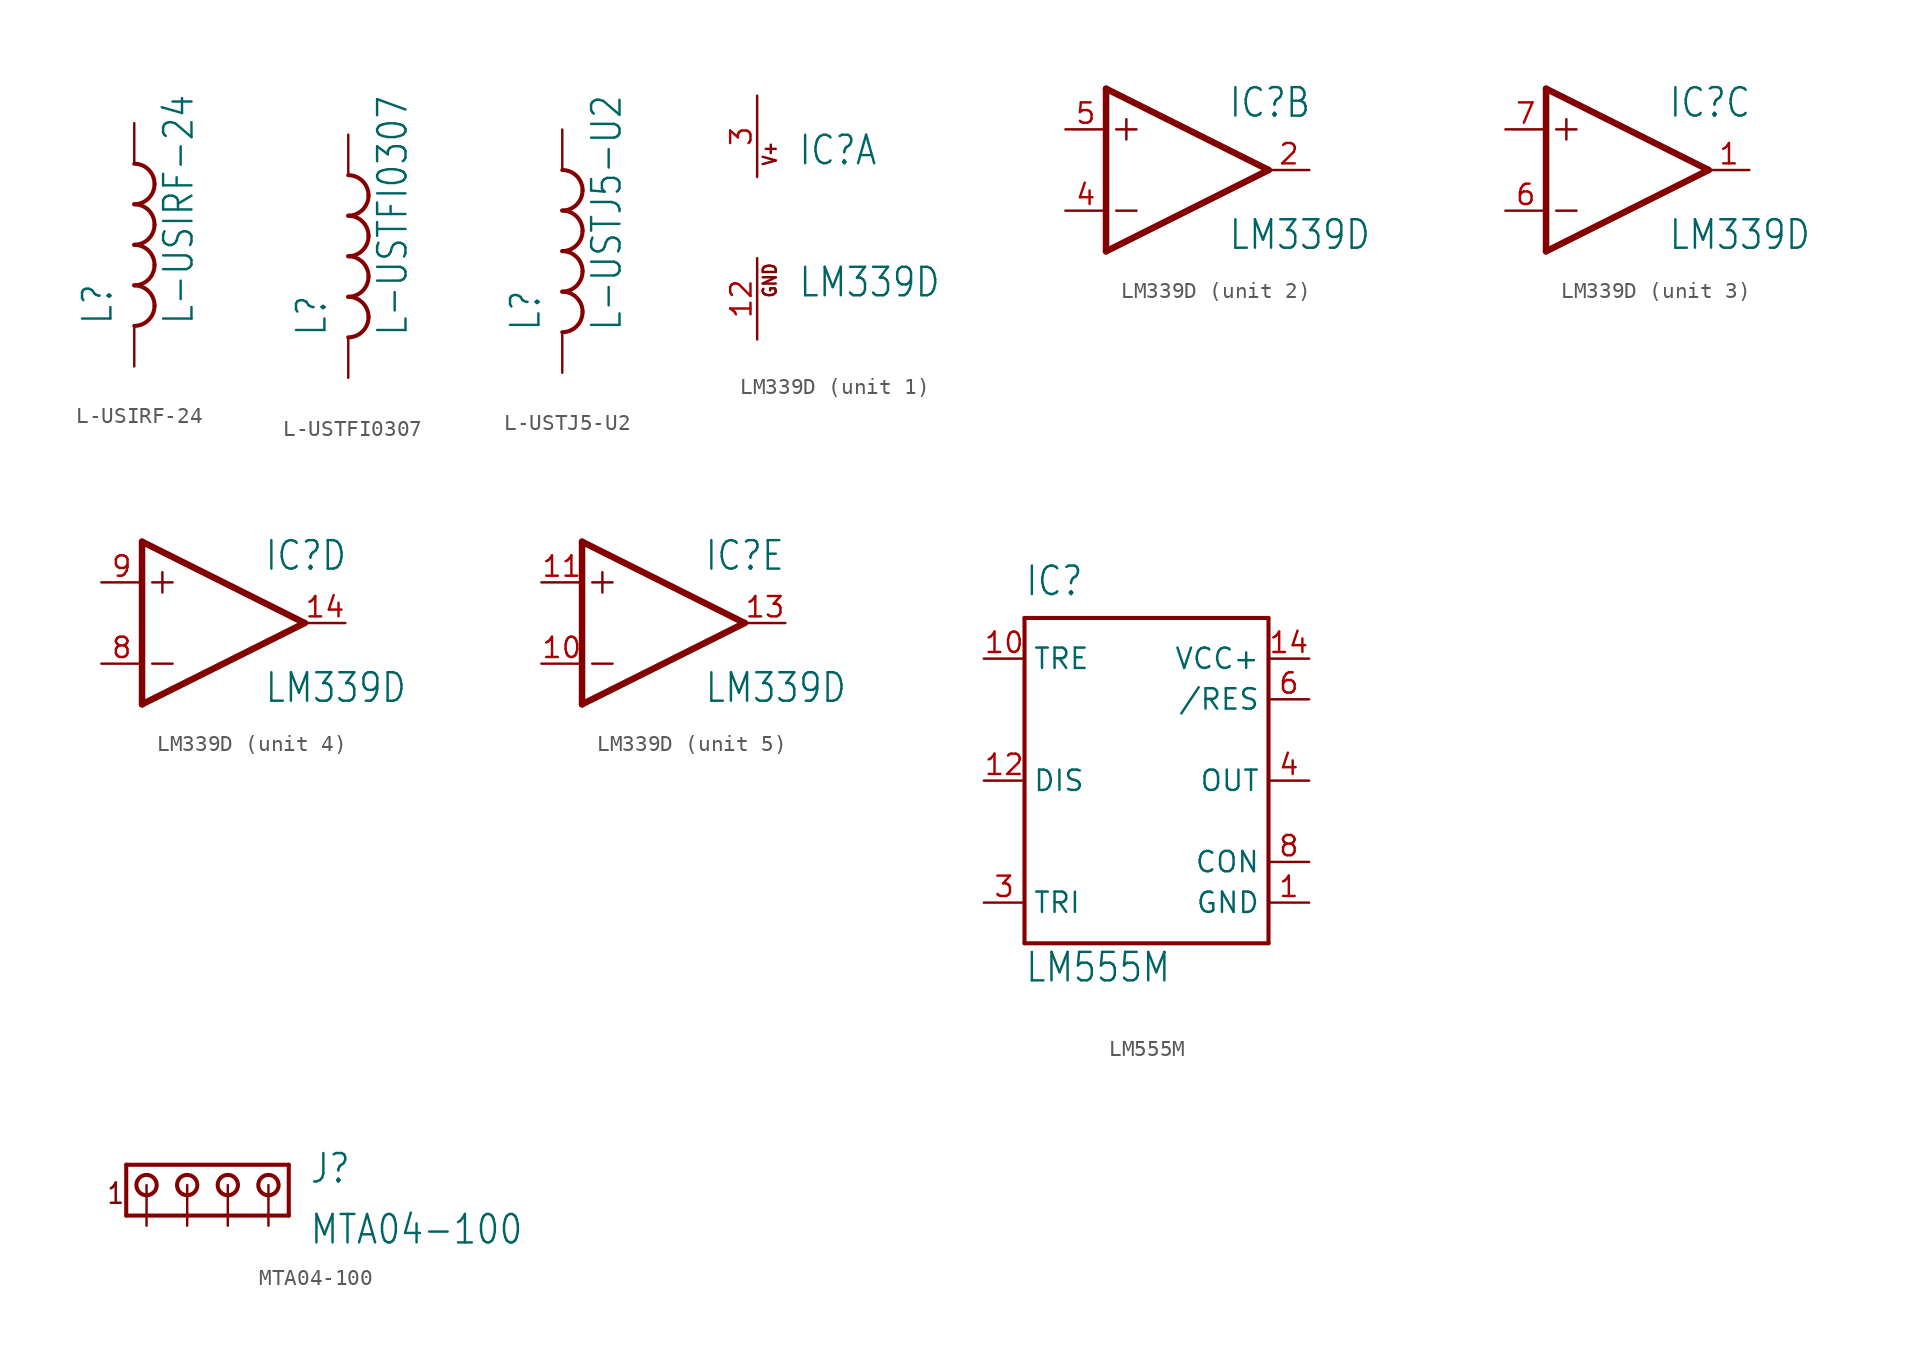
<source format=kicad_sym>
(kicad_symbol_lib
  (version 20220914)
  (generator kicad_symbol_editor)
  (symbol "L-USIRF-24"
    (property "Reference" "L"
      (at -1.27 -5.08 90)
      (effects (font (size 1.778 1.511)) (justify left bottom)))
    (property "Value" "L-USIRF-24"
      (at 3.81 -5.08 90)
      (effects (font (size 1.778 1.511)) (justify left bottom)))
    (property "ki_locked" ""
      (at 0 0 0)
      (effects (font (size 1.27 1.27))))
    (symbol "L-USIRF-24_1_0"
      (arc (start 0 -5.08) (mid 0.898 -4.708) (end 1.27 -3.81) (stroke (width 0.254) (type default)) (fill (type none)))
      (arc (start 0 -2.54) (mid 0.898 -2.168) (end 1.27 -1.27) (stroke (width 0.254) (type default)) (fill (type none)))
      (arc (start 0 0) (mid 0.898 0.372) (end 1.27 1.27) (stroke (width 0.254) (type default)) (fill (type none)))
      (arc (start 0 2.54) (mid 0.898 2.912) (end 1.27 3.81) (stroke (width 0.254) (type default)) (fill (type none)))
      (arc (start 1.27 -3.81) (mid 0.898 -2.912) (end 0 -2.54) (stroke (width 0.254) (type default)) (fill (type none)))
      (arc (start 1.27 -1.27) (mid 0.898 -0.372) (end 0 0) (stroke (width 0.254) (type default)) (fill (type none)))
      (arc (start 1.27 1.27) (mid 0.898 2.168) (end 0 2.54) (stroke (width 0.254) (type default)) (fill (type none)))
      (arc (start 1.27 3.81) (mid 0.898 4.708) (end 0 5.08) (stroke (width 0.254) (type default)) (fill (type none)))
      (pin passive line (at 0 7.62 270) (length 2.54) (name "1" (effects (font (size 0 0)))) (number "1" (effects (font (size 0 0)))))
      (pin passive line (at 0 -7.62 90) (length 2.54) (name "2" (effects (font (size 0 0)))) (number "2" (effects (font (size 0 0)))))))
  (symbol "L-USTFI0307"
    (property "Reference" "L"
      (at -1.27 -5.08 90)
      (effects (font (size 1.778 1.511)) (justify left bottom)))
    (property "Value" "L-USTFI0307"
      (at 3.81 -5.08 90)
      (effects (font (size 1.778 1.511)) (justify left bottom)))
    (property "ki_locked" ""
      (at 0 0 0)
      (effects (font (size 1.27 1.27))))
    (symbol "L-USTFI0307_1_0"
      (arc (start 0 -5.08) (mid 0.898 -4.708) (end 1.27 -3.81) (stroke (width 0.254) (type default)) (fill (type none)))
      (arc (start 0 -2.54) (mid 0.898 -2.168) (end 1.27 -1.27) (stroke (width 0.254) (type default)) (fill (type none)))
      (arc (start 0 0) (mid 0.898 0.372) (end 1.27 1.27) (stroke (width 0.254) (type default)) (fill (type none)))
      (arc (start 0 2.54) (mid 0.898 2.912) (end 1.27 3.81) (stroke (width 0.254) (type default)) (fill (type none)))
      (arc (start 1.27 -3.81) (mid 0.898 -2.912) (end 0 -2.54) (stroke (width 0.254) (type default)) (fill (type none)))
      (arc (start 1.27 -1.27) (mid 0.898 -0.372) (end 0 0) (stroke (width 0.254) (type default)) (fill (type none)))
      (arc (start 1.27 1.27) (mid 0.898 2.168) (end 0 2.54) (stroke (width 0.254) (type default)) (fill (type none)))
      (arc (start 1.27 3.81) (mid 0.898 4.708) (end 0 5.08) (stroke (width 0.254) (type default)) (fill (type none)))
      (pin passive line (at 0 7.62 270) (length 2.54) (name "1" (effects (font (size 0 0)))) (number "1" (effects (font (size 0 0)))))
      (pin passive line (at 0 -7.62 90) (length 2.54) (name "2" (effects (font (size 0 0)))) (number "2" (effects (font (size 0 0)))))))
  (symbol "L-USTJ5-U2"
    (property "Reference" "L"
      (at -1.27 -5.08 90)
      (effects (font (size 1.778 1.511)) (justify left bottom)))
    (property "Value" "L-USTJ5-U2"
      (at 3.81 -5.08 90)
      (effects (font (size 1.778 1.511)) (justify left bottom)))
    (property "ki_locked" ""
      (at 0 0 0)
      (effects (font (size 1.27 1.27))))
    (symbol "L-USTJ5-U2_1_0"
      (arc (start 0 -5.08) (mid 0.898 -4.708) (end 1.27 -3.81) (stroke (width 0.254) (type default)) (fill (type none)))
      (arc (start 0 -2.54) (mid 0.898 -2.168) (end 1.27 -1.27) (stroke (width 0.254) (type default)) (fill (type none)))
      (arc (start 0 0) (mid 0.898 0.372) (end 1.27 1.27) (stroke (width 0.254) (type default)) (fill (type none)))
      (arc (start 0 2.54) (mid 0.898 2.912) (end 1.27 3.81) (stroke (width 0.254) (type default)) (fill (type none)))
      (arc (start 1.27 -3.81) (mid 0.898 -2.912) (end 0 -2.54) (stroke (width 0.254) (type default)) (fill (type none)))
      (arc (start 1.27 -1.27) (mid 0.898 -0.372) (end 0 0) (stroke (width 0.254) (type default)) (fill (type none)))
      (arc (start 1.27 1.27) (mid 0.898 2.168) (end 0 2.54) (stroke (width 0.254) (type default)) (fill (type none)))
      (arc (start 1.27 3.81) (mid 0.898 4.708) (end 0 5.08) (stroke (width 0.254) (type default)) (fill (type none)))
      (pin passive line (at 0 7.62 270) (length 2.54) (name "1" (effects (font (size 0 0)))) (number "1" (effects (font (size 0 0)))))
      (pin passive line (at 0 -7.62 90) (length 2.54) (name "2" (effects (font (size 0 0)))) (number "2" (effects (font (size 0 0)))))))
  (symbol "LM339D"
    (property "Reference" "IC"
      (at 2.54 3.175 0)
      (effects (font (size 1.778 1.511)) (justify left bottom)))
    (property "Value" "LM339D"
      (at 2.54 -5.08 0)
      (effects (font (size 1.778 1.511)) (justify left bottom)))
    (property "ki_locked" ""
      (at 0 0 0)
      (effects (font (size 1.27 1.27))))
    (symbol "LM339D_1_0"
      (text "GND" (at 1.27 -5.08 900) (effects (font (size 0.813 0.691)) (justify left bottom)))
      (text "V+" (at 1.27 3.175 900) (effects (font (size 0.813 0.691)) (justify left bottom)))
      (pin power_in line (at 0 -7.62 90) (length 5.08) (name "GND" (effects (font (size 0 0)))) (number "12" (effects (font (size 1.27 1.27)))))
      (pin power_in line (at 0 7.62 270) (length 5.08) (name "V+" (effects (font (size 0 0)))) (number "3" (effects (font (size 1.27 1.27))))))
    (symbol "LM339D_2_0"
      (polyline (pts (xy -5.08 -5.08) (xy 5.08 0)) (stroke (width 0.406) (type default)) (fill (type none)))
      (polyline (pts (xy -5.08 5.08) (xy -5.08 -5.08)) (stroke (width 0.406) (type default)) (fill (type none)))
      (polyline (pts (xy -4.445 -2.54) (xy -3.175 -2.54)) (stroke (width 0.152) (type default)) (fill (type none)))
      (polyline (pts (xy -4.445 2.54) (xy -3.175 2.54)) (stroke (width 0.152) (type default)) (fill (type none)))
      (polyline (pts (xy -3.81 3.175) (xy -3.81 1.905)) (stroke (width 0.152) (type default)) (fill (type none)))
      (polyline (pts (xy 5.08 0) (xy -5.08 5.08)) (stroke (width 0.406) (type default)) (fill (type none)))
      (pin open_collector line (at 7.62 0 180) (length 2.54) (name "OUT" (effects (font (size 0 0)))) (number "2" (effects (font (size 1.27 1.27)))))
      (pin input line (at -7.62 -2.54 0) (length 2.54) (name "-IN" (effects (font (size 0 0)))) (number "4" (effects (font (size 1.27 1.27)))))
      (pin input line (at -7.62 2.54 0) (length 2.54) (name "+IN" (effects (font (size 0 0)))) (number "5" (effects (font (size 1.27 1.27))))))
    (symbol "LM339D_3_0"
      (polyline (pts (xy -5.08 -5.08) (xy 5.08 0)) (stroke (width 0.406) (type default)) (fill (type none)))
      (polyline (pts (xy -5.08 5.08) (xy -5.08 -5.08)) (stroke (width 0.406) (type default)) (fill (type none)))
      (polyline (pts (xy -4.445 -2.54) (xy -3.175 -2.54)) (stroke (width 0.152) (type default)) (fill (type none)))
      (polyline (pts (xy -4.445 2.54) (xy -3.175 2.54)) (stroke (width 0.152) (type default)) (fill (type none)))
      (polyline (pts (xy -3.81 3.175) (xy -3.81 1.905)) (stroke (width 0.152) (type default)) (fill (type none)))
      (polyline (pts (xy 5.08 0) (xy -5.08 5.08)) (stroke (width 0.406) (type default)) (fill (type none)))
      (pin open_collector line (at 7.62 0 180) (length 2.54) (name "OUT" (effects (font (size 0 0)))) (number "1" (effects (font (size 1.27 1.27)))))
      (pin input line (at -7.62 -2.54 0) (length 2.54) (name "-IN" (effects (font (size 0 0)))) (number "6" (effects (font (size 1.27 1.27)))))
      (pin input line (at -7.62 2.54 0) (length 2.54) (name "+IN" (effects (font (size 0 0)))) (number "7" (effects (font (size 1.27 1.27))))))
    (symbol "LM339D_4_0"
      (polyline (pts (xy -5.08 -5.08) (xy 5.08 0)) (stroke (width 0.406) (type default)) (fill (type none)))
      (polyline (pts (xy -5.08 5.08) (xy -5.08 -5.08)) (stroke (width 0.406) (type default)) (fill (type none)))
      (polyline (pts (xy -4.445 -2.54) (xy -3.175 -2.54)) (stroke (width 0.152) (type default)) (fill (type none)))
      (polyline (pts (xy -4.445 2.54) (xy -3.175 2.54)) (stroke (width 0.152) (type default)) (fill (type none)))
      (polyline (pts (xy -3.81 3.175) (xy -3.81 1.905)) (stroke (width 0.152) (type default)) (fill (type none)))
      (polyline (pts (xy 5.08 0) (xy -5.08 5.08)) (stroke (width 0.406) (type default)) (fill (type none)))
      (pin open_collector line (at 7.62 0 180) (length 2.54) (name "OUT" (effects (font (size 0 0)))) (number "14" (effects (font (size 1.27 1.27)))))
      (pin input line (at -7.62 -2.54 0) (length 2.54) (name "-IN" (effects (font (size 0 0)))) (number "8" (effects (font (size 1.27 1.27)))))
      (pin input line (at -7.62 2.54 0) (length 2.54) (name "+IN" (effects (font (size 0 0)))) (number "9" (effects (font (size 1.27 1.27))))))
    (symbol "LM339D_5_0"
      (polyline (pts (xy -5.08 -5.08) (xy 5.08 0)) (stroke (width 0.406) (type default)) (fill (type none)))
      (polyline (pts (xy -5.08 5.08) (xy -5.08 -5.08)) (stroke (width 0.406) (type default)) (fill (type none)))
      (polyline (pts (xy -4.445 -2.54) (xy -3.175 -2.54)) (stroke (width 0.152) (type default)) (fill (type none)))
      (polyline (pts (xy -4.445 2.54) (xy -3.175 2.54)) (stroke (width 0.152) (type default)) (fill (type none)))
      (polyline (pts (xy -3.81 3.175) (xy -3.81 1.905)) (stroke (width 0.152) (type default)) (fill (type none)))
      (polyline (pts (xy 5.08 0) (xy -5.08 5.08)) (stroke (width 0.406) (type default)) (fill (type none)))
      (pin input line (at -7.62 -2.54 0) (length 2.54) (name "-IN" (effects (font (size 0 0)))) (number "10" (effects (font (size 1.27 1.27)))))
      (pin input line (at -7.62 2.54 0) (length 2.54) (name "+IN" (effects (font (size 0 0)))) (number "11" (effects (font (size 1.27 1.27)))))
      (pin open_collector line (at 7.62 0 180) (length 2.54) (name "OUT" (effects (font (size 0 0)))) (number "13" (effects (font (size 1.27 1.27)))))))
  (symbol "LM555M"
    (property "Reference" "IC"
      (at -7.62 11.43 0)
      (effects (font (size 1.778 1.511)) (justify left bottom)))
    (property "Value" "LM555M"
      (at -7.62 -12.7 0)
      (effects (font (size 1.778 1.511)) (justify left bottom)))
    (symbol "LM555M_1_0"
      (polyline (pts (xy -7.62 -10.16) (xy 7.62 -10.16)) (stroke (width 0.254) (type default)) (fill (type none)))
      (polyline (pts (xy -7.62 10.16) (xy -7.62 -10.16)) (stroke (width 0.254) (type default)) (fill (type none)))
      (polyline (pts (xy 7.62 -10.16) (xy 7.62 10.16)) (stroke (width 0.254) (type default)) (fill (type none)))
      (polyline (pts (xy 7.62 10.16) (xy -7.62 10.16)) (stroke (width 0.254) (type default)) (fill (type none)))
      (pin power_in line (at 10.16 -7.62 180) (length 2.54) (name "GND" (effects (font (size 1.27 1.27)))) (number "1" (effects (font (size 1.27 1.27)))))
      (pin input line (at -10.16 7.62 0) (length 2.54) (name "TRE" (effects (font (size 1.27 1.27)))) (number "10" (effects (font (size 1.27 1.27)))))
      (pin input line (at -10.16 0 0) (length 2.54) (name "DIS" (effects (font (size 1.27 1.27)))) (number "12" (effects (font (size 1.27 1.27)))))
      (pin power_in line (at 10.16 7.62 180) (length 2.54) (name "VCC+" (effects (font (size 1.27 1.27)))) (number "14" (effects (font (size 1.27 1.27)))))
      (pin input line (at -10.16 -7.62 0) (length 2.54) (name "TRI" (effects (font (size 1.27 1.27)))) (number "3" (effects (font (size 1.27 1.27)))))
      (pin output line (at 10.16 0 180) (length 2.54) (name "OUT" (effects (font (size 1.27 1.27)))) (number "4" (effects (font (size 1.27 1.27)))))
      (pin input line (at 10.16 5.08 180) (length 2.54) (name "/RES" (effects (font (size 1.27 1.27)))) (number "6" (effects (font (size 1.27 1.27)))))
      (pin input line (at 10.16 -5.08 180) (length 2.54) (name "CON" (effects (font (size 1.27 1.27)))) (number "8" (effects (font (size 1.27 1.27)))))))
  (symbol "MTA04-100"
    (property "Reference" "J"
      (at 7.62 0 0)
      (effects (font (size 1.778 1.511)) (justify left bottom)))
    (property "Value" "MTA04-100"
      (at 7.62 -3.81 0)
      (effects (font (size 1.778 1.511)) (justify left bottom)))
    (property "ki_locked" ""
      (at 0 0 0)
      (effects (font (size 1.27 1.27))))
    (symbol "MTA04-100_1_0"
      (circle (center -2.54 0) (radius 0.635) (stroke (width 0.254) (type default)) (fill (type none)))
      (polyline (pts (xy -3.81 1.27) (xy -3.81 -1.905)) (stroke (width 0.254) (type default)) (fill (type none)))
      (polyline (pts (xy -3.81 1.27) (xy 6.35 1.27)) (stroke (width 0.254) (type default)) (fill (type none)))
      (polyline (pts (xy 6.35 -1.905) (xy -3.81 -1.905)) (stroke (width 0.254) (type default)) (fill (type none)))
      (polyline (pts (xy 6.35 -1.905) (xy 6.35 1.27)) (stroke (width 0.254) (type default)) (fill (type none)))
      (circle (center 0 0) (radius 0.635) (stroke (width 0.254) (type default)) (fill (type none)))
      (circle (center 2.54 0) (radius 0.635) (stroke (width 0.254) (type default)) (fill (type none)))
      (circle (center 5.08 0) (radius 0.635) (stroke (width 0.254) (type default)) (fill (type none)))
      (text "1" (at -5.08 -1.27 0) (effects (font (size 1.27 1.079)) (justify left bottom)))
      (pin passive line (at -2.54 -2.54 90) (length 2.54) (name "1" (effects (font (size 0 0)))) (number "1" (effects (font (size 0 0)))))
      (pin passive line (at 0 -2.54 90) (length 2.54) (name "2" (effects (font (size 0 0)))) (number "2" (effects (font (size 0 0)))))
      (pin passive line (at 2.54 -2.54 90) (length 2.54) (name "3" (effects (font (size 0 0)))) (number "3" (effects (font (size 0 0)))))
      (pin passive line (at 5.08 -2.54 90) (length 2.54) (name "4" (effects (font (size 0 0)))) (number "4" (effects (font (size 0 0))))))))
</source>
